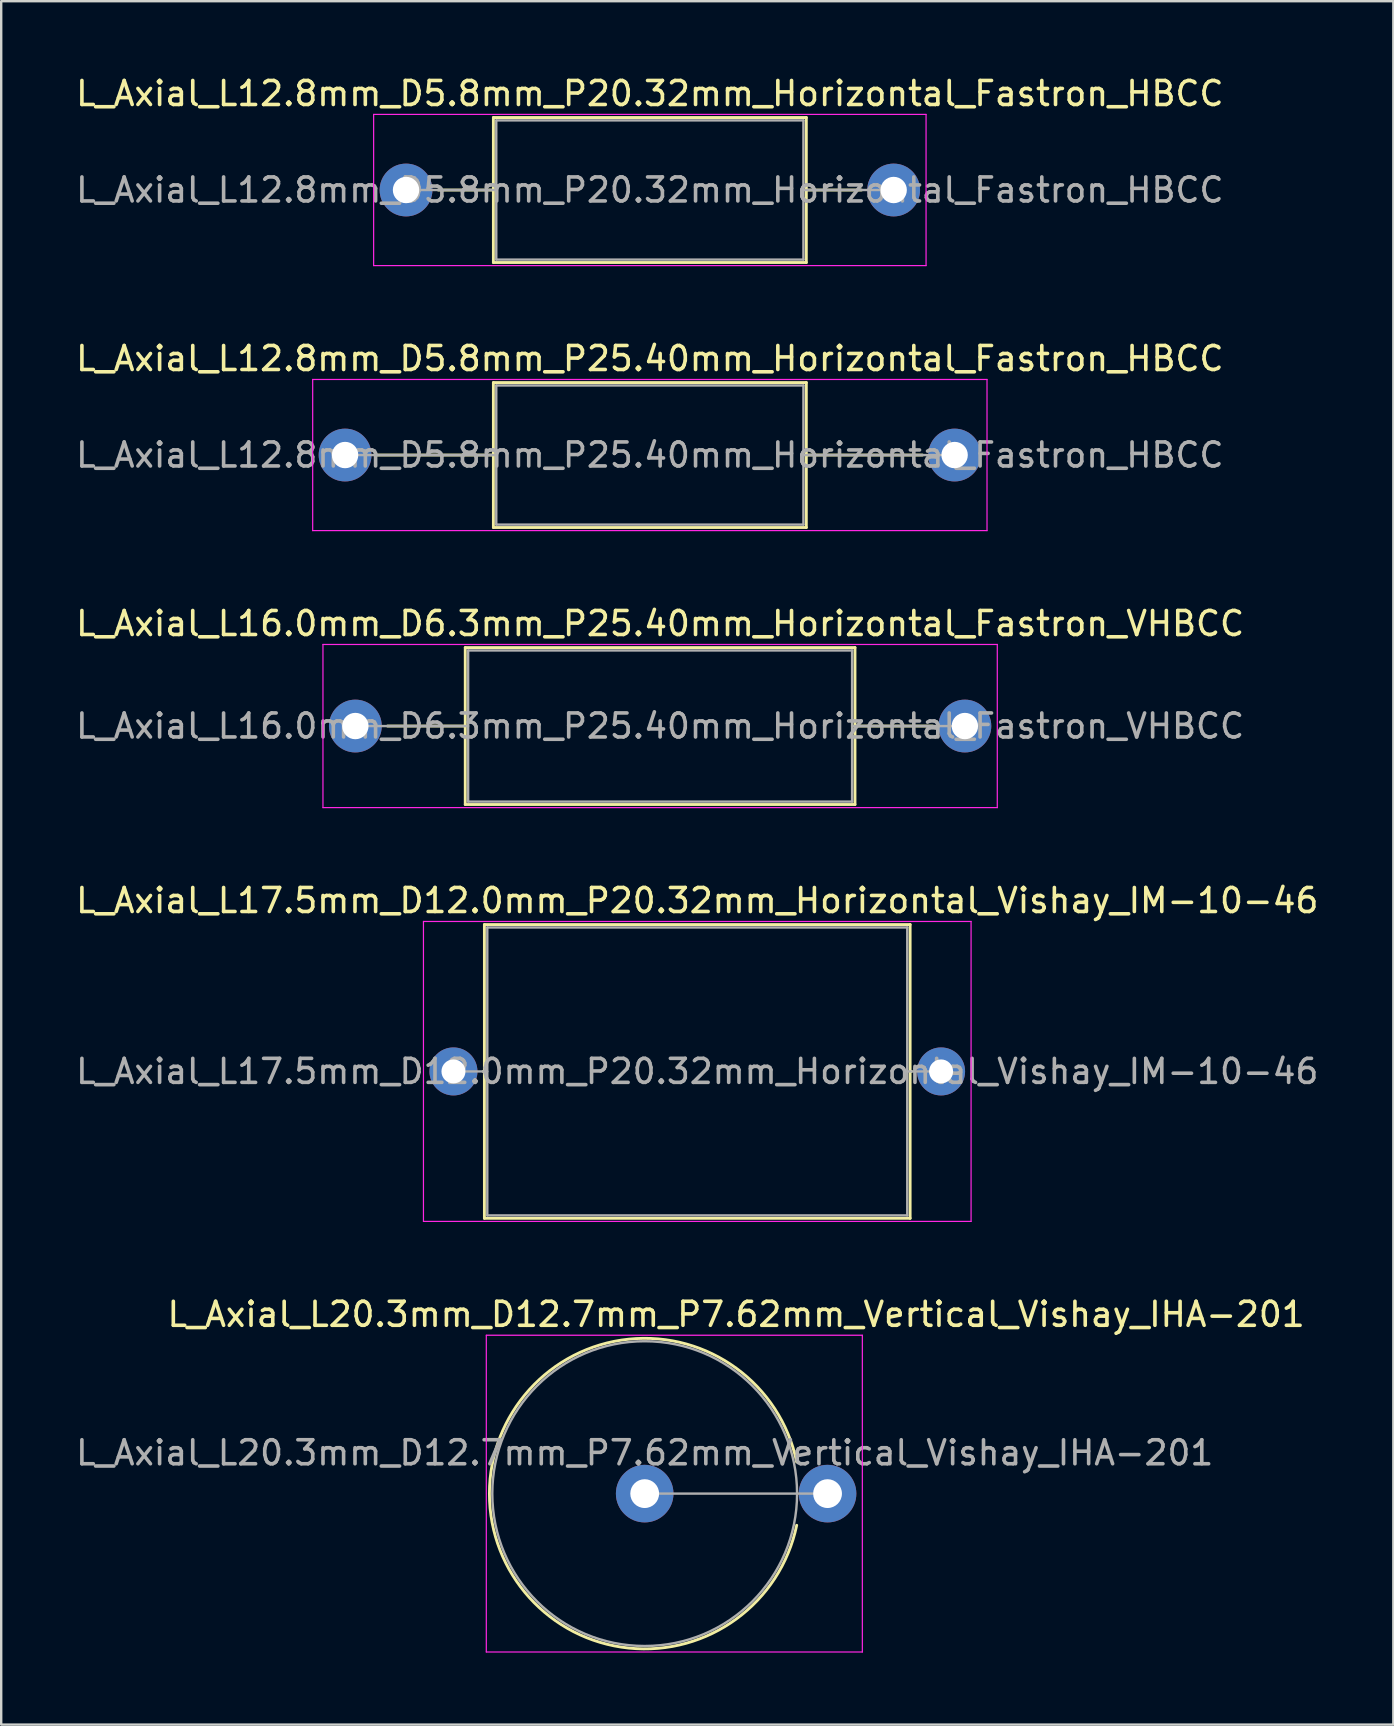
<source format=kicad_pcb>
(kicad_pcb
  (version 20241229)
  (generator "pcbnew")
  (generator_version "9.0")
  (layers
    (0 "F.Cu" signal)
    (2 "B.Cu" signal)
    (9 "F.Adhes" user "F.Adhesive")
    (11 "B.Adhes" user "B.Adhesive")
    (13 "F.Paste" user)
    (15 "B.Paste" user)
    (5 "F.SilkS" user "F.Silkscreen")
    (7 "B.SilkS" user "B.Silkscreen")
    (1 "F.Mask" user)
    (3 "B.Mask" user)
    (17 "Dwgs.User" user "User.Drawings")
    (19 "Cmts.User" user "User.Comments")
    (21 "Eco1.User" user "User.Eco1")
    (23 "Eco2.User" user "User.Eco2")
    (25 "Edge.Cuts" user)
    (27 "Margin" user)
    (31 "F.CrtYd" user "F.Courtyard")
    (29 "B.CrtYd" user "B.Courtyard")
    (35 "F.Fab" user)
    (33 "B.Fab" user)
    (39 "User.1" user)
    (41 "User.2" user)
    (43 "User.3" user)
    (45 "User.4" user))
  (footprint "L_Axial_L16.0mm_D6.3mm_P25.40mm_Horizontal_Fastron_VHBCC"
    (layer "F.Cu")
    (at 11.758 27.205)
    (property "Reference" "L_Axial_L16.0mm_D6.3mm_P25.40mm_Horizontal_Fastron_VHBCC" (at 12.7 -4.27 0) (layer "F.SilkS") (effects (font (size 1 1) (thickness 0.15))))
    (attr through_hole)
    (fp_line (start 1.34 0) (end 4.58 0) (stroke (width 0.12) (type solid)) (layer "F.SilkS"))
    (fp_line (start 4.58 -3.27) (end 4.58 3.27) (stroke (width 0.12) (type solid)) (layer "F.SilkS"))
    (fp_line (start 4.58 3.27) (end 20.82 3.27) (stroke (width 0.12) (type solid)) (layer "F.SilkS"))
    (fp_line (start 20.82 -3.27) (end 4.58 -3.27) (stroke (width 0.12) (type solid)) (layer "F.SilkS"))
    (fp_line (start 20.82 3.27) (end 20.82 -3.27) (stroke (width 0.12) (type solid)) (layer "F.SilkS"))
    (fp_line (start 24.06 0) (end 20.82 0) (stroke (width 0.12) (type solid)) (layer "F.SilkS"))
    (fp_line (start -1.35 -3.4) (end -1.35 3.4) (stroke (width 0.05) (type solid)) (layer "F.CrtYd"))
    (fp_line (start -1.35 3.4) (end 26.75 3.4) (stroke (width 0.05) (type solid)) (layer "F.CrtYd"))
    (fp_line (start 26.75 -3.4) (end -1.35 -3.4) (stroke (width 0.05) (type solid)) (layer "F.CrtYd"))
    (fp_line (start 26.75 3.4) (end 26.75 -3.4) (stroke (width 0.05) (type solid)) (layer "F.CrtYd"))
    (fp_line (start 0 0) (end 4.7 0) (stroke (width 0.1) (type solid)) (layer "F.Fab"))
    (fp_line (start 4.7 -3.15) (end 4.7 3.15) (stroke (width 0.1) (type solid)) (layer "F.Fab"))
    (fp_line (start 4.7 3.15) (end 20.7 3.15) (stroke (width 0.1) (type solid)) (layer "F.Fab"))
    (fp_line (start 20.7 -3.15) (end 4.7 -3.15) (stroke (width 0.1) (type solid)) (layer "F.Fab"))
    (fp_line (start 20.7 3.15) (end 20.7 -3.15) (stroke (width 0.1) (type solid)) (layer "F.Fab"))
    (fp_line (start 25.4 0) (end 20.7 0) (stroke (width 0.1) (type solid)) (layer "F.Fab"))
    (fp_text user "${REFERENCE}" (at 12.7 0 0) (layer "F.Fab") (effects (font (size 1 1) (thickness 0.15))))
    (pad "1" thru_hole circle (at 0 0) (size 2.2 2.2) (drill 1.1) (layers "*.Cu" "*.Mask"))
    (pad "2" thru_hole oval (at 25.4 0) (size 2.2 2.2) (drill 1.1) (layers "*.Cu" "*.Mask")))
  (footprint "L_Axial_L12.8mm_D5.8mm_P25.40mm_Horizontal_Fastron_HBCC"
    (layer "F.Cu")
    (at 11.33 15.912)
    (property "Reference" "L_Axial_L12.8mm_D5.8mm_P25.40mm_Horizontal_Fastron_HBCC" (at 12.7 -4.02 0) (layer "F.SilkS") (effects (font (size 1 1) (thickness 0.15))))
    (attr through_hole)
    (fp_line (start 1.34 0) (end 6.18 0) (stroke (width 0.12) (type solid)) (layer "F.SilkS"))
    (fp_line (start 6.18 -3.02) (end 6.18 3.02) (stroke (width 0.12) (type solid)) (layer "F.SilkS"))
    (fp_line (start 6.18 3.02) (end 19.22 3.02) (stroke (width 0.12) (type solid)) (layer "F.SilkS"))
    (fp_line (start 19.22 -3.02) (end 6.18 -3.02) (stroke (width 0.12) (type solid)) (layer "F.SilkS"))
    (fp_line (start 19.22 3.02) (end 19.22 -3.02) (stroke (width 0.12) (type solid)) (layer "F.SilkS"))
    (fp_line (start 24.06 0) (end 19.22 0) (stroke (width 0.12) (type solid)) (layer "F.SilkS"))
    (fp_line (start -1.35 -3.15) (end -1.35 3.15) (stroke (width 0.05) (type solid)) (layer "F.CrtYd"))
    (fp_line (start -1.35 3.15) (end 26.75 3.15) (stroke (width 0.05) (type solid)) (layer "F.CrtYd"))
    (fp_line (start 26.75 -3.15) (end -1.35 -3.15) (stroke (width 0.05) (type solid)) (layer "F.CrtYd"))
    (fp_line (start 26.75 3.15) (end 26.75 -3.15) (stroke (width 0.05) (type solid)) (layer "F.CrtYd"))
    (fp_line (start 0 0) (end 6.3 0) (stroke (width 0.1) (type solid)) (layer "F.Fab"))
    (fp_line (start 6.3 -2.9) (end 6.3 2.9) (stroke (width 0.1) (type solid)) (layer "F.Fab"))
    (fp_line (start 6.3 2.9) (end 19.1 2.9) (stroke (width 0.1) (type solid)) (layer "F.Fab"))
    (fp_line (start 19.1 -2.9) (end 6.3 -2.9) (stroke (width 0.1) (type solid)) (layer "F.Fab"))
    (fp_line (start 19.1 2.9) (end 19.1 -2.9) (stroke (width 0.1) (type solid)) (layer "F.Fab"))
    (fp_line (start 25.4 0) (end 19.1 0) (stroke (width 0.1) (type solid)) (layer "F.Fab"))
    (fp_text user "${REFERENCE}" (at 12.7 0 0) (layer "F.Fab") (effects (font (size 1 1) (thickness 0.15))))
    (pad "1" thru_hole circle (at 0 0) (size 2.2 2.2) (drill 1.1) (layers "*.Cu" "*.Mask"))
    (pad "2" thru_hole oval (at 25.4 0) (size 2.2 2.2) (drill 1.1) (layers "*.Cu" "*.Mask")))
  (footprint "L_Axial_L12.8mm_D5.8mm_P20.32mm_Horizontal_Fastron_HBCC"
    (layer "F.Cu")
    (at 13.87 4.868)
    (property "Reference" "L_Axial_L12.8mm_D5.8mm_P20.32mm_Horizontal_Fastron_HBCC" (at 10.16 -4.02 0) (layer "F.SilkS") (effects (font (size 1 1) (thickness 0.15))))
    (attr through_hole)
    (fp_line (start 1.34 0) (end 3.64 0) (stroke (width 0.12) (type solid)) (layer "F.SilkS"))
    (fp_line (start 3.64 -3.02) (end 3.64 3.02) (stroke (width 0.12) (type solid)) (layer "F.SilkS"))
    (fp_line (start 3.64 3.02) (end 16.68 3.02) (stroke (width 0.12) (type solid)) (layer "F.SilkS"))
    (fp_line (start 16.68 -3.02) (end 3.64 -3.02) (stroke (width 0.12) (type solid)) (layer "F.SilkS"))
    (fp_line (start 16.68 3.02) (end 16.68 -3.02) (stroke (width 0.12) (type solid)) (layer "F.SilkS"))
    (fp_line (start 18.98 0) (end 16.68 0) (stroke (width 0.12) (type solid)) (layer "F.SilkS"))
    (fp_line (start -1.35 -3.15) (end -1.35 3.15) (stroke (width 0.05) (type solid)) (layer "F.CrtYd"))
    (fp_line (start -1.35 3.15) (end 21.67 3.15) (stroke (width 0.05) (type solid)) (layer "F.CrtYd"))
    (fp_line (start 21.67 -3.15) (end -1.35 -3.15) (stroke (width 0.05) (type solid)) (layer "F.CrtYd"))
    (fp_line (start 21.67 3.15) (end 21.67 -3.15) (stroke (width 0.05) (type solid)) (layer "F.CrtYd"))
    (fp_line (start 0 0) (end 3.76 0) (stroke (width 0.1) (type solid)) (layer "F.Fab"))
    (fp_line (start 3.76 -2.9) (end 3.76 2.9) (stroke (width 0.1) (type solid)) (layer "F.Fab"))
    (fp_line (start 3.76 2.9) (end 16.56 2.9) (stroke (width 0.1) (type solid)) (layer "F.Fab"))
    (fp_line (start 16.56 -2.9) (end 3.76 -2.9) (stroke (width 0.1) (type solid)) (layer "F.Fab"))
    (fp_line (start 16.56 2.9) (end 16.56 -2.9) (stroke (width 0.1) (type solid)) (layer "F.Fab"))
    (fp_line (start 20.32 0) (end 16.56 0) (stroke (width 0.1) (type solid)) (layer "F.Fab"))
    (fp_text user "${REFERENCE}" (at 10.16 0 0) (layer "F.Fab") (effects (font (size 1 1) (thickness 0.15))))
    (pad "1" thru_hole circle (at 0 0) (size 2.2 2.2) (drill 1.1) (layers "*.Cu" "*.Mask"))
    (pad "2" thru_hole oval (at 20.32 0) (size 2.2 2.2) (drill 1.1) (layers "*.Cu" "*.Mask")))
  (footprint "L_Axial_L17.5mm_D12.0mm_P20.32mm_Horizontal_Vishay_IM-10-46"
    (layer "F.Cu")
    (at 15.846 41.598)
    (property "Reference" "L_Axial_L17.5mm_D12.0mm_P20.32mm_Horizontal_Vishay_IM-10-46" (at 10.16 -7.12 0) (layer "F.SilkS") (effects (font (size 1 1) (thickness 0.15))))
    (attr through_hole)
    (fp_line (start 1.24 0) (end 1.29 0) (stroke (width 0.12) (type solid)) (layer "F.SilkS"))
    (fp_line (start 1.29 -6.12) (end 1.29 6.12) (stroke (width 0.12) (type solid)) (layer "F.SilkS"))
    (fp_line (start 1.29 6.12) (end 19.03 6.12) (stroke (width 0.12) (type solid)) (layer "F.SilkS"))
    (fp_line (start 19.03 -6.12) (end 1.29 -6.12) (stroke (width 0.12) (type solid)) (layer "F.SilkS"))
    (fp_line (start 19.03 6.12) (end 19.03 -6.12) (stroke (width 0.12) (type solid)) (layer "F.SilkS"))
    (fp_line (start 19.08 0) (end 19.03 0) (stroke (width 0.12) (type solid)) (layer "F.SilkS"))
    (fp_line (start -1.25 -6.25) (end -1.25 6.25) (stroke (width 0.05) (type solid)) (layer "F.CrtYd"))
    (fp_line (start -1.25 6.25) (end 21.57 6.25) (stroke (width 0.05) (type solid)) (layer "F.CrtYd"))
    (fp_line (start 21.57 -6.25) (end -1.25 -6.25) (stroke (width 0.05) (type solid)) (layer "F.CrtYd"))
    (fp_line (start 21.57 6.25) (end 21.57 -6.25) (stroke (width 0.05) (type solid)) (layer "F.CrtYd"))
    (fp_line (start 0 0) (end 1.41 0) (stroke (width 0.1) (type solid)) (layer "F.Fab"))
    (fp_line (start 1.41 -6) (end 1.41 6) (stroke (width 0.1) (type solid)) (layer "F.Fab"))
    (fp_line (start 1.41 6) (end 18.91 6) (stroke (width 0.1) (type solid)) (layer "F.Fab"))
    (fp_line (start 18.91 -6) (end 1.41 -6) (stroke (width 0.1) (type solid)) (layer "F.Fab"))
    (fp_line (start 18.91 6) (end 18.91 -6) (stroke (width 0.1) (type solid)) (layer "F.Fab"))
    (fp_line (start 20.32 0) (end 18.91 0) (stroke (width 0.1) (type solid)) (layer "F.Fab"))
    (fp_text user "${REFERENCE}" (at 10.16 0 0) (layer "F.Fab") (effects (font (size 1 1) (thickness 0.15))))
    (pad "1" thru_hole circle (at 0 0) (size 2 2) (drill 1) (layers "*.Cu" "*.Mask"))
    (pad "2" thru_hole oval (at 20.32 0) (size 2 2) (drill 1) (layers "*.Cu" "*.Mask")))
  (footprint "L_Axial_L20.3mm_D12.7mm_P7.62mm_Vertical_Vishay_IHA-201"
    (layer "F.Cu")
    (at 23.815 59.191)
    (property "Reference" "L_Axial_L20.3mm_D12.7mm_P7.62mm_Vertical_Vishay_IHA-201" (at 3.81 -7.47 0) (layer "F.SilkS") (effects (font (size 1 1) (thickness 0.15))))
    (attr through_hole)
    (fp_arc (start 6.333917 1.32) (mid -6.47 0) (end 6.333917 -1.32) (stroke (width 0.12) (type solid)) (layer "F.SilkS"))
    (fp_line (start -6.6 -6.6) (end -6.6 6.6) (stroke (width 0.05) (type solid)) (layer "F.CrtYd"))
    (fp_line (start -6.6 6.6) (end 9.07 6.6) (stroke (width 0.05) (type solid)) (layer "F.CrtYd"))
    (fp_line (start 9.07 -6.6) (end -6.6 -6.6) (stroke (width 0.05) (type solid)) (layer "F.CrtYd"))
    (fp_line (start 9.07 6.6) (end 9.07 -6.6) (stroke (width 0.05) (type solid)) (layer "F.CrtYd"))
    (fp_line (start 0 0) (end 7.62 0) (stroke (width 0.1) (type solid)) (layer "F.Fab"))
    (fp_circle (center 0 0) (end 6.35 0) (stroke (width 0.1) (type solid)) (fill no) (layer "F.Fab"))
    (fp_text user "${REFERENCE}" (at 0 -1.7 0) (layer "F.Fab") (effects (font (size 1 1) (thickness 0.15))))
    (pad "1" thru_hole circle (at 0 0) (size 2.4 2.4) (drill 1.2) (layers "*.Cu" "*.Mask"))
    (pad "2" thru_hole oval (at 7.62 0) (size 2.4 2.4) (drill 1.2) (layers "*.Cu" "*.Mask")))
  (gr_rect
    (start -3 -3)
    (end 55.012 68.816)
    (stroke (width 0.1) (type default))
    (fill no)
    (layer "Edge.Cuts")))
</source>
